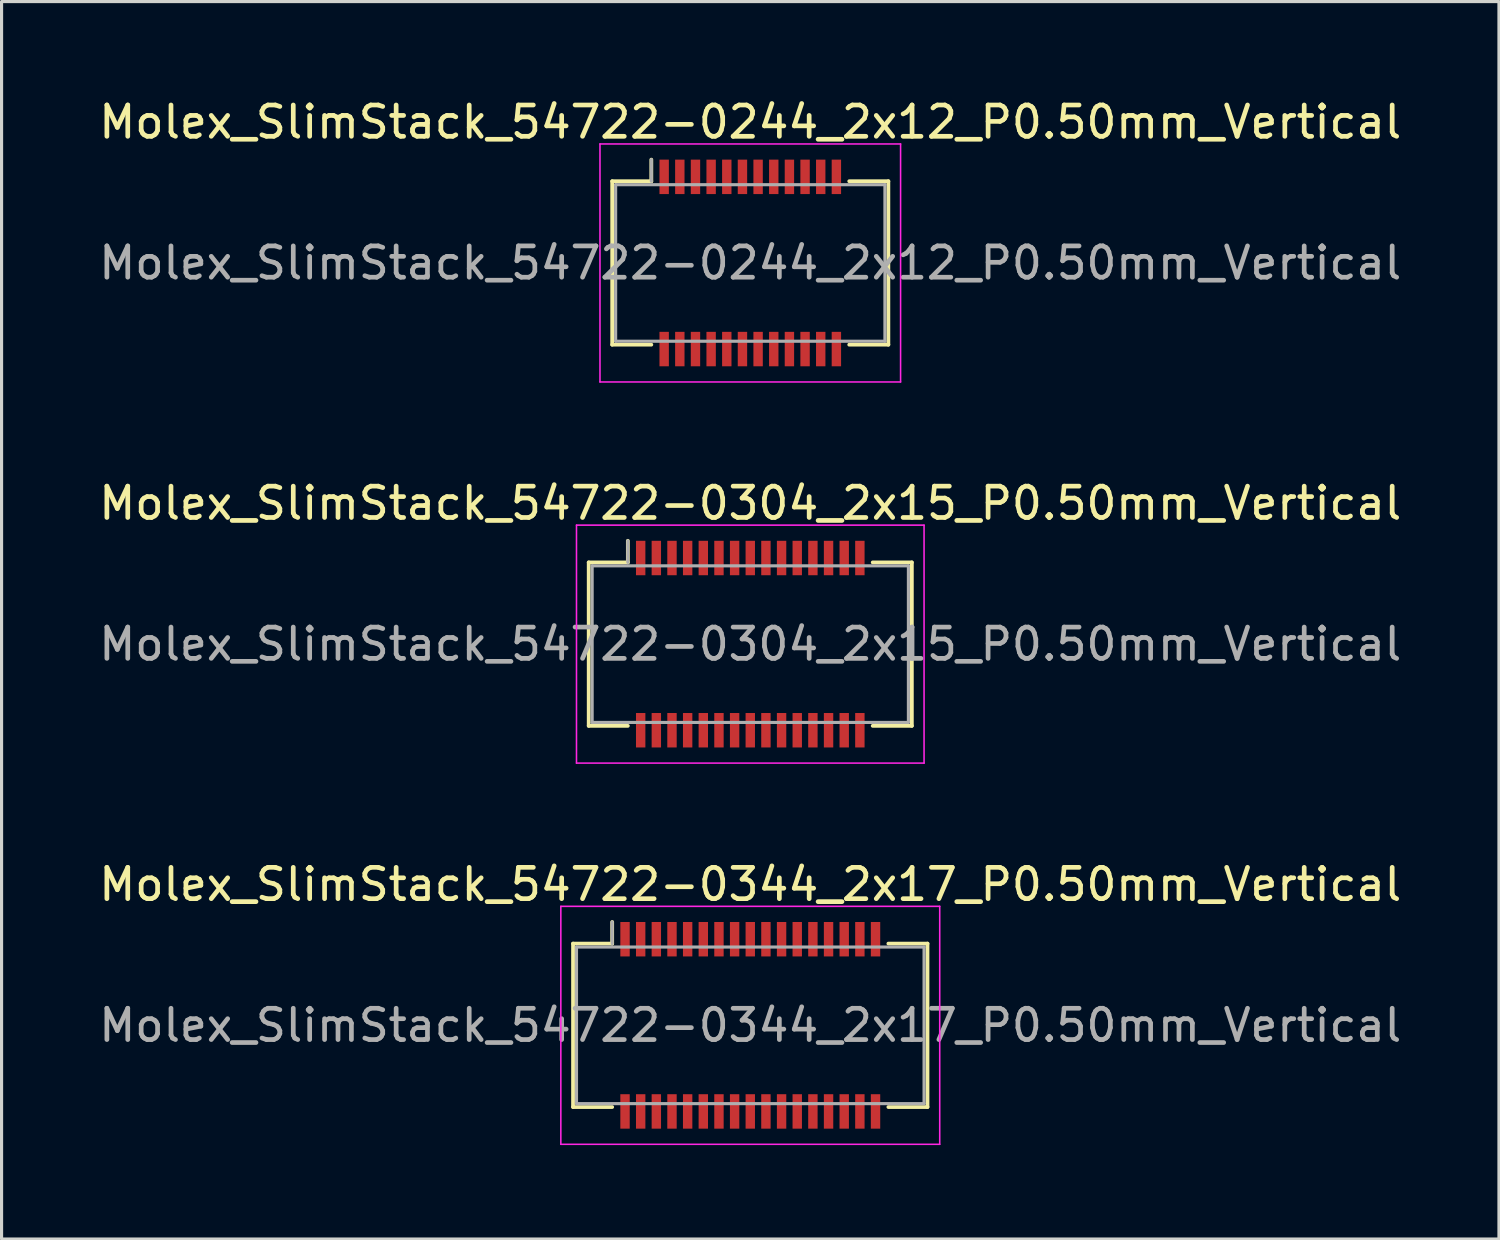
<source format=kicad_pcb>
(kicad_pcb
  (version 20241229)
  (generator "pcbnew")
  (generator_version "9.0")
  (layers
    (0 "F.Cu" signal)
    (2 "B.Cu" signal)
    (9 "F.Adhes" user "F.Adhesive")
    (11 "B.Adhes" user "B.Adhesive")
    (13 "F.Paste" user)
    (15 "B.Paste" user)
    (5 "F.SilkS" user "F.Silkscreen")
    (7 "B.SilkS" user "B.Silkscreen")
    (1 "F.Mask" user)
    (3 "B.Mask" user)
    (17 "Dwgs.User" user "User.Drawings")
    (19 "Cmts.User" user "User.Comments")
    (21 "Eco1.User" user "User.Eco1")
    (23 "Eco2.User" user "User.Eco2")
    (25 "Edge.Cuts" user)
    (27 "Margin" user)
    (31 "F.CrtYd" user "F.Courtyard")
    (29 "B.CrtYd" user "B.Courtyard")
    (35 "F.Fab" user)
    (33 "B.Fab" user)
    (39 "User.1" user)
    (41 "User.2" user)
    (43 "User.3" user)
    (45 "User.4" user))
  (footprint "Molex_SlimStack_54722-0344_2x17_P0.50mm_Vertical"
    (layer "F.Cu")
    (at 20.911 29.695)
    (property "Reference" "Molex_SlimStack_54722-0344_2x17_P0.50mm_Vertical" (at 0 -4.5 0) (layer "F.SilkS") (effects (font (size 1 1) (thickness 0.15))))
    (attr smd)
    (fp_line (start -5.66 -2.61) (end -4.41 -2.61) (stroke (width 0.12) (type solid)) (layer "F.SilkS"))
    (fp_line (start -5.66 2.61) (end -5.66 -2.61) (stroke (width 0.12) (type solid)) (layer "F.SilkS"))
    (fp_line (start -4.41 -2.61) (end -4.41 -3.3) (stroke (width 0.12) (type solid)) (layer "F.SilkS"))
    (fp_line (start -4.41 2.61) (end -5.66 2.61) (stroke (width 0.12) (type solid)) (layer "F.SilkS"))
    (fp_line (start 4.41 2.61) (end 5.66 2.61) (stroke (width 0.12) (type solid)) (layer "F.SilkS"))
    (fp_line (start 5.66 -2.61) (end 4.41 -2.61) (stroke (width 0.12) (type solid)) (layer "F.SilkS"))
    (fp_line (start 5.66 2.61) (end 5.66 -2.61) (stroke (width 0.12) (type solid)) (layer "F.SilkS"))
    (fp_line (start -6.05 -3.8) (end -6.05 3.8) (stroke (width 0.05) (type solid)) (layer "F.CrtYd"))
    (fp_line (start -6.05 3.8) (end 6.05 3.8) (stroke (width 0.05) (type solid)) (layer "F.CrtYd"))
    (fp_line (start 6.05 -3.8) (end -6.05 -3.8) (stroke (width 0.05) (type solid)) (layer "F.CrtYd"))
    (fp_line (start 6.05 3.8) (end 6.05 -3.8) (stroke (width 0.05) (type solid)) (layer "F.CrtYd"))
    (fp_line (start -5.55 -2.5) (end -5.55 2.5) (stroke (width 0.1) (type solid)) (layer "F.Fab"))
    (fp_line (start -5.55 2.5) (end 5.55 2.5) (stroke (width 0.1) (type solid)) (layer "F.Fab"))
    (fp_line (start -4.41 -2.61) (end -4.41 -3.3) (stroke (width 0.1) (type solid)) (layer "F.Fab"))
    (fp_line (start 5.55 -2.5) (end -5.55 -2.5) (stroke (width 0.1) (type solid)) (layer "F.Fab"))
    (fp_line (start 5.55 2.5) (end 5.55 -2.5) (stroke (width 0.1) (type solid)) (layer "F.Fab"))
    (fp_text user "${REFERENCE}" (at 0 0 0) (layer "F.Fab") (effects (font (size 1 1) (thickness 0.15))))
    (pad "1" smd rect (at -4 -2.75) (size 0.3 1.1) (layers "F.Cu" "F.Mask" "F.Paste"))
    (pad "2" smd rect (at -4 2.75) (size 0.3 1.1) (layers "F.Cu" "F.Mask" "F.Paste"))
    (pad "3" smd rect (at -3.5 -2.75) (size 0.3 1.1) (layers "F.Cu" "F.Mask" "F.Paste"))
    (pad "4" smd rect (at -3.5 2.75) (size 0.3 1.1) (layers "F.Cu" "F.Mask" "F.Paste"))
    (pad "5" smd rect (at -3 -2.75) (size 0.3 1.1) (layers "F.Cu" "F.Mask" "F.Paste"))
    (pad "6" smd rect (at -3 2.75) (size 0.3 1.1) (layers "F.Cu" "F.Mask" "F.Paste"))
    (pad "7" smd rect (at -2.5 -2.75) (size 0.3 1.1) (layers "F.Cu" "F.Mask" "F.Paste"))
    (pad "8" smd rect (at -2.5 2.75) (size 0.3 1.1) (layers "F.Cu" "F.Mask" "F.Paste"))
    (pad "9" smd rect (at -2 -2.75) (size 0.3 1.1) (layers "F.Cu" "F.Mask" "F.Paste"))
    (pad "10" smd rect (at -2 2.75) (size 0.3 1.1) (layers "F.Cu" "F.Mask" "F.Paste"))
    (pad "11" smd rect (at -1.5 -2.75) (size 0.3 1.1) (layers "F.Cu" "F.Mask" "F.Paste"))
    (pad "12" smd rect (at -1.5 2.75) (size 0.3 1.1) (layers "F.Cu" "F.Mask" "F.Paste"))
    (pad "13" smd rect (at -1 -2.75) (size 0.3 1.1) (layers "F.Cu" "F.Mask" "F.Paste"))
    (pad "14" smd rect (at -1 2.75) (size 0.3 1.1) (layers "F.Cu" "F.Mask" "F.Paste"))
    (pad "15" smd rect (at -0.5 -2.75) (size 0.3 1.1) (layers "F.Cu" "F.Mask" "F.Paste"))
    (pad "16" smd rect (at -0.5 2.75) (size 0.3 1.1) (layers "F.Cu" "F.Mask" "F.Paste"))
    (pad "17" smd rect (at 0 -2.75) (size 0.3 1.1) (layers "F.Cu" "F.Mask" "F.Paste"))
    (pad "18" smd rect (at 0 2.75) (size 0.3 1.1) (layers "F.Cu" "F.Mask" "F.Paste"))
    (pad "19" smd rect (at 0.5 -2.75) (size 0.3 1.1) (layers "F.Cu" "F.Mask" "F.Paste"))
    (pad "20" smd rect (at 0.5 2.75) (size 0.3 1.1) (layers "F.Cu" "F.Mask" "F.Paste"))
    (pad "21" smd rect (at 1 -2.75) (size 0.3 1.1) (layers "F.Cu" "F.Mask" "F.Paste"))
    (pad "22" smd rect (at 1 2.75) (size 0.3 1.1) (layers "F.Cu" "F.Mask" "F.Paste"))
    (pad "23" smd rect (at 1.5 -2.75) (size 0.3 1.1) (layers "F.Cu" "F.Mask" "F.Paste"))
    (pad "24" smd rect (at 1.5 2.75) (size 0.3 1.1) (layers "F.Cu" "F.Mask" "F.Paste"))
    (pad "25" smd rect (at 2 -2.75) (size 0.3 1.1) (layers "F.Cu" "F.Mask" "F.Paste"))
    (pad "26" smd rect (at 2 2.75) (size 0.3 1.1) (layers "F.Cu" "F.Mask" "F.Paste"))
    (pad "27" smd rect (at 2.5 -2.75) (size 0.3 1.1) (layers "F.Cu" "F.Mask" "F.Paste"))
    (pad "28" smd rect (at 2.5 2.75) (size 0.3 1.1) (layers "F.Cu" "F.Mask" "F.Paste"))
    (pad "29" smd rect (at 3 -2.75) (size 0.3 1.1) (layers "F.Cu" "F.Mask" "F.Paste"))
    (pad "30" smd rect (at 3 2.75) (size 0.3 1.1) (layers "F.Cu" "F.Mask" "F.Paste"))
    (pad "31" smd rect (at 3.5 -2.75) (size 0.3 1.1) (layers "F.Cu" "F.Mask" "F.Paste"))
    (pad "32" smd rect (at 3.5 2.75) (size 0.3 1.1) (layers "F.Cu" "F.Mask" "F.Paste"))
    (pad "33" smd rect (at 4 -2.75) (size 0.3 1.1) (layers "F.Cu" "F.Mask" "F.Paste"))
    (pad "34" smd rect (at 4 2.75) (size 0.3 1.1) (layers "F.Cu" "F.Mask" "F.Paste")))
  (footprint "Molex_SlimStack_54722-0304_2x15_P0.50mm_Vertical"
    (layer "F.Cu")
    (at 20.911 17.521)
    (property "Reference" "Molex_SlimStack_54722-0304_2x15_P0.50mm_Vertical" (at 0 -4.5 0) (layer "F.SilkS") (effects (font (size 1 1) (thickness 0.15))))
    (attr smd)
    (fp_line (start -5.16 -2.61) (end -3.91 -2.61) (stroke (width 0.12) (type solid)) (layer "F.SilkS"))
    (fp_line (start -5.16 2.61) (end -5.16 -2.61) (stroke (width 0.12) (type solid)) (layer "F.SilkS"))
    (fp_line (start -3.91 -2.61) (end -3.91 -3.3) (stroke (width 0.12) (type solid)) (layer "F.SilkS"))
    (fp_line (start -3.91 2.61) (end -5.16 2.61) (stroke (width 0.12) (type solid)) (layer "F.SilkS"))
    (fp_line (start 3.91 2.61) (end 5.16 2.61) (stroke (width 0.12) (type solid)) (layer "F.SilkS"))
    (fp_line (start 5.16 -2.61) (end 3.91 -2.61) (stroke (width 0.12) (type solid)) (layer "F.SilkS"))
    (fp_line (start 5.16 2.61) (end 5.16 -2.61) (stroke (width 0.12) (type solid)) (layer "F.SilkS"))
    (fp_line (start -5.55 -3.8) (end -5.55 3.8) (stroke (width 0.05) (type solid)) (layer "F.CrtYd"))
    (fp_line (start -5.55 3.8) (end 5.55 3.8) (stroke (width 0.05) (type solid)) (layer "F.CrtYd"))
    (fp_line (start 5.55 -3.8) (end -5.55 -3.8) (stroke (width 0.05) (type solid)) (layer "F.CrtYd"))
    (fp_line (start 5.55 3.8) (end 5.55 -3.8) (stroke (width 0.05) (type solid)) (layer "F.CrtYd"))
    (fp_line (start -5.05 -2.5) (end -5.05 2.5) (stroke (width 0.1) (type solid)) (layer "F.Fab"))
    (fp_line (start -5.05 2.5) (end 5.05 2.5) (stroke (width 0.1) (type solid)) (layer "F.Fab"))
    (fp_line (start -3.91 -2.61) (end -3.91 -3.3) (stroke (width 0.1) (type solid)) (layer "F.Fab"))
    (fp_line (start 5.05 -2.5) (end -5.05 -2.5) (stroke (width 0.1) (type solid)) (layer "F.Fab"))
    (fp_line (start 5.05 2.5) (end 5.05 -2.5) (stroke (width 0.1) (type solid)) (layer "F.Fab"))
    (fp_text user "${REFERENCE}" (at 0 0 0) (layer "F.Fab") (effects (font (size 1 1) (thickness 0.15))))
    (pad "1" smd rect (at -3.5 -2.75) (size 0.3 1.1) (layers "F.Cu" "F.Mask" "F.Paste"))
    (pad "2" smd rect (at -3.5 2.75) (size 0.3 1.1) (layers "F.Cu" "F.Mask" "F.Paste"))
    (pad "3" smd rect (at -3 -2.75) (size 0.3 1.1) (layers "F.Cu" "F.Mask" "F.Paste"))
    (pad "4" smd rect (at -3 2.75) (size 0.3 1.1) (layers "F.Cu" "F.Mask" "F.Paste"))
    (pad "5" smd rect (at -2.5 -2.75) (size 0.3 1.1) (layers "F.Cu" "F.Mask" "F.Paste"))
    (pad "6" smd rect (at -2.5 2.75) (size 0.3 1.1) (layers "F.Cu" "F.Mask" "F.Paste"))
    (pad "7" smd rect (at -2 -2.75) (size 0.3 1.1) (layers "F.Cu" "F.Mask" "F.Paste"))
    (pad "8" smd rect (at -2 2.75) (size 0.3 1.1) (layers "F.Cu" "F.Mask" "F.Paste"))
    (pad "9" smd rect (at -1.5 -2.75) (size 0.3 1.1) (layers "F.Cu" "F.Mask" "F.Paste"))
    (pad "10" smd rect (at -1.5 2.75) (size 0.3 1.1) (layers "F.Cu" "F.Mask" "F.Paste"))
    (pad "11" smd rect (at -1 -2.75) (size 0.3 1.1) (layers "F.Cu" "F.Mask" "F.Paste"))
    (pad "12" smd rect (at -1 2.75) (size 0.3 1.1) (layers "F.Cu" "F.Mask" "F.Paste"))
    (pad "13" smd rect (at -0.5 -2.75) (size 0.3 1.1) (layers "F.Cu" "F.Mask" "F.Paste"))
    (pad "14" smd rect (at -0.5 2.75) (size 0.3 1.1) (layers "F.Cu" "F.Mask" "F.Paste"))
    (pad "15" smd rect (at 0 -2.75) (size 0.3 1.1) (layers "F.Cu" "F.Mask" "F.Paste"))
    (pad "16" smd rect (at 0 2.75) (size 0.3 1.1) (layers "F.Cu" "F.Mask" "F.Paste"))
    (pad "17" smd rect (at 0.5 -2.75) (size 0.3 1.1) (layers "F.Cu" "F.Mask" "F.Paste"))
    (pad "18" smd rect (at 0.5 2.75) (size 0.3 1.1) (layers "F.Cu" "F.Mask" "F.Paste"))
    (pad "19" smd rect (at 1 -2.75) (size 0.3 1.1) (layers "F.Cu" "F.Mask" "F.Paste"))
    (pad "20" smd rect (at 1 2.75) (size 0.3 1.1) (layers "F.Cu" "F.Mask" "F.Paste"))
    (pad "21" smd rect (at 1.5 -2.75) (size 0.3 1.1) (layers "F.Cu" "F.Mask" "F.Paste"))
    (pad "22" smd rect (at 1.5 2.75) (size 0.3 1.1) (layers "F.Cu" "F.Mask" "F.Paste"))
    (pad "23" smd rect (at 2 -2.75) (size 0.3 1.1) (layers "F.Cu" "F.Mask" "F.Paste"))
    (pad "24" smd rect (at 2 2.75) (size 0.3 1.1) (layers "F.Cu" "F.Mask" "F.Paste"))
    (pad "25" smd rect (at 2.5 -2.75) (size 0.3 1.1) (layers "F.Cu" "F.Mask" "F.Paste"))
    (pad "26" smd rect (at 2.5 2.75) (size 0.3 1.1) (layers "F.Cu" "F.Mask" "F.Paste"))
    (pad "27" smd rect (at 3 -2.75) (size 0.3 1.1) (layers "F.Cu" "F.Mask" "F.Paste"))
    (pad "28" smd rect (at 3 2.75) (size 0.3 1.1) (layers "F.Cu" "F.Mask" "F.Paste"))
    (pad "29" smd rect (at 3.5 -2.75) (size 0.3 1.1) (layers "F.Cu" "F.Mask" "F.Paste"))
    (pad "30" smd rect (at 3.5 2.75) (size 0.3 1.1) (layers "F.Cu" "F.Mask" "F.Paste")))
  (footprint "Molex_SlimStack_54722-0244_2x12_P0.50mm_Vertical"
    (layer "F.Cu")
    (at 20.911 5.348)
    (property "Reference" "Molex_SlimStack_54722-0244_2x12_P0.50mm_Vertical" (at 0 -4.5 0) (layer "F.SilkS") (effects (font (size 1 1) (thickness 0.15))))
    (attr smd)
    (fp_line (start -4.41 -2.61) (end -3.16 -2.61) (stroke (width 0.12) (type solid)) (layer "F.SilkS"))
    (fp_line (start -4.41 2.61) (end -4.41 -2.61) (stroke (width 0.12) (type solid)) (layer "F.SilkS"))
    (fp_line (start -3.16 -2.61) (end -3.16 -3.3) (stroke (width 0.12) (type solid)) (layer "F.SilkS"))
    (fp_line (start -3.16 2.61) (end -4.41 2.61) (stroke (width 0.12) (type solid)) (layer "F.SilkS"))
    (fp_line (start 3.16 2.61) (end 4.41 2.61) (stroke (width 0.12) (type solid)) (layer "F.SilkS"))
    (fp_line (start 4.41 -2.61) (end 3.16 -2.61) (stroke (width 0.12) (type solid)) (layer "F.SilkS"))
    (fp_line (start 4.41 2.61) (end 4.41 -2.61) (stroke (width 0.12) (type solid)) (layer "F.SilkS"))
    (fp_line (start -4.8 -3.8) (end -4.8 3.8) (stroke (width 0.05) (type solid)) (layer "F.CrtYd"))
    (fp_line (start -4.8 3.8) (end 4.8 3.8) (stroke (width 0.05) (type solid)) (layer "F.CrtYd"))
    (fp_line (start 4.8 -3.8) (end -4.8 -3.8) (stroke (width 0.05) (type solid)) (layer "F.CrtYd"))
    (fp_line (start 4.8 3.8) (end 4.8 -3.8) (stroke (width 0.05) (type solid)) (layer "F.CrtYd"))
    (fp_line (start -4.3 -2.5) (end -4.3 2.5) (stroke (width 0.1) (type solid)) (layer "F.Fab"))
    (fp_line (start -4.3 2.5) (end 4.3 2.5) (stroke (width 0.1) (type solid)) (layer "F.Fab"))
    (fp_line (start -3.16 -2.61) (end -3.16 -3.3) (stroke (width 0.1) (type solid)) (layer "F.Fab"))
    (fp_line (start 4.3 -2.5) (end -4.3 -2.5) (stroke (width 0.1) (type solid)) (layer "F.Fab"))
    (fp_line (start 4.3 2.5) (end 4.3 -2.5) (stroke (width 0.1) (type solid)) (layer "F.Fab"))
    (fp_text user "${REFERENCE}" (at 0 0 0) (layer "F.Fab") (effects (font (size 1 1) (thickness 0.15))))
    (pad "1" smd rect (at -2.75 -2.75) (size 0.3 1.1) (layers "F.Cu" "F.Mask" "F.Paste"))
    (pad "2" smd rect (at -2.75 2.75) (size 0.3 1.1) (layers "F.Cu" "F.Mask" "F.Paste"))
    (pad "3" smd rect (at -2.25 -2.75) (size 0.3 1.1) (layers "F.Cu" "F.Mask" "F.Paste"))
    (pad "4" smd rect (at -2.25 2.75) (size 0.3 1.1) (layers "F.Cu" "F.Mask" "F.Paste"))
    (pad "5" smd rect (at -1.75 -2.75) (size 0.3 1.1) (layers "F.Cu" "F.Mask" "F.Paste"))
    (pad "6" smd rect (at -1.75 2.75) (size 0.3 1.1) (layers "F.Cu" "F.Mask" "F.Paste"))
    (pad "7" smd rect (at -1.25 -2.75) (size 0.3 1.1) (layers "F.Cu" "F.Mask" "F.Paste"))
    (pad "8" smd rect (at -1.25 2.75) (size 0.3 1.1) (layers "F.Cu" "F.Mask" "F.Paste"))
    (pad "9" smd rect (at -0.75 -2.75) (size 0.3 1.1) (layers "F.Cu" "F.Mask" "F.Paste"))
    (pad "10" smd rect (at -0.75 2.75) (size 0.3 1.1) (layers "F.Cu" "F.Mask" "F.Paste"))
    (pad "11" smd rect (at -0.25 -2.75) (size 0.3 1.1) (layers "F.Cu" "F.Mask" "F.Paste"))
    (pad "12" smd rect (at -0.25 2.75) (size 0.3 1.1) (layers "F.Cu" "F.Mask" "F.Paste"))
    (pad "13" smd rect (at 0.25 -2.75) (size 0.3 1.1) (layers "F.Cu" "F.Mask" "F.Paste"))
    (pad "14" smd rect (at 0.25 2.75) (size 0.3 1.1) (layers "F.Cu" "F.Mask" "F.Paste"))
    (pad "15" smd rect (at 0.75 -2.75) (size 0.3 1.1) (layers "F.Cu" "F.Mask" "F.Paste"))
    (pad "16" smd rect (at 0.75 2.75) (size 0.3 1.1) (layers "F.Cu" "F.Mask" "F.Paste"))
    (pad "17" smd rect (at 1.25 -2.75) (size 0.3 1.1) (layers "F.Cu" "F.Mask" "F.Paste"))
    (pad "18" smd rect (at 1.25 2.75) (size 0.3 1.1) (layers "F.Cu" "F.Mask" "F.Paste"))
    (pad "19" smd rect (at 1.75 -2.75) (size 0.3 1.1) (layers "F.Cu" "F.Mask" "F.Paste"))
    (pad "20" smd rect (at 1.75 2.75) (size 0.3 1.1) (layers "F.Cu" "F.Mask" "F.Paste"))
    (pad "21" smd rect (at 2.25 -2.75) (size 0.3 1.1) (layers "F.Cu" "F.Mask" "F.Paste"))
    (pad "22" smd rect (at 2.25 2.75) (size 0.3 1.1) (layers "F.Cu" "F.Mask" "F.Paste"))
    (pad "23" smd rect (at 2.75 -2.75) (size 0.3 1.1) (layers "F.Cu" "F.Mask" "F.Paste"))
    (pad "24" smd rect (at 2.75 2.75) (size 0.3 1.1) (layers "F.Cu" "F.Mask" "F.Paste")))
  (gr_rect
    (start -3 -3)
    (end 44.821 36.52)
    (stroke (width 0.1) (type default))
    (fill no)
    (layer "Edge.Cuts")))
</source>
